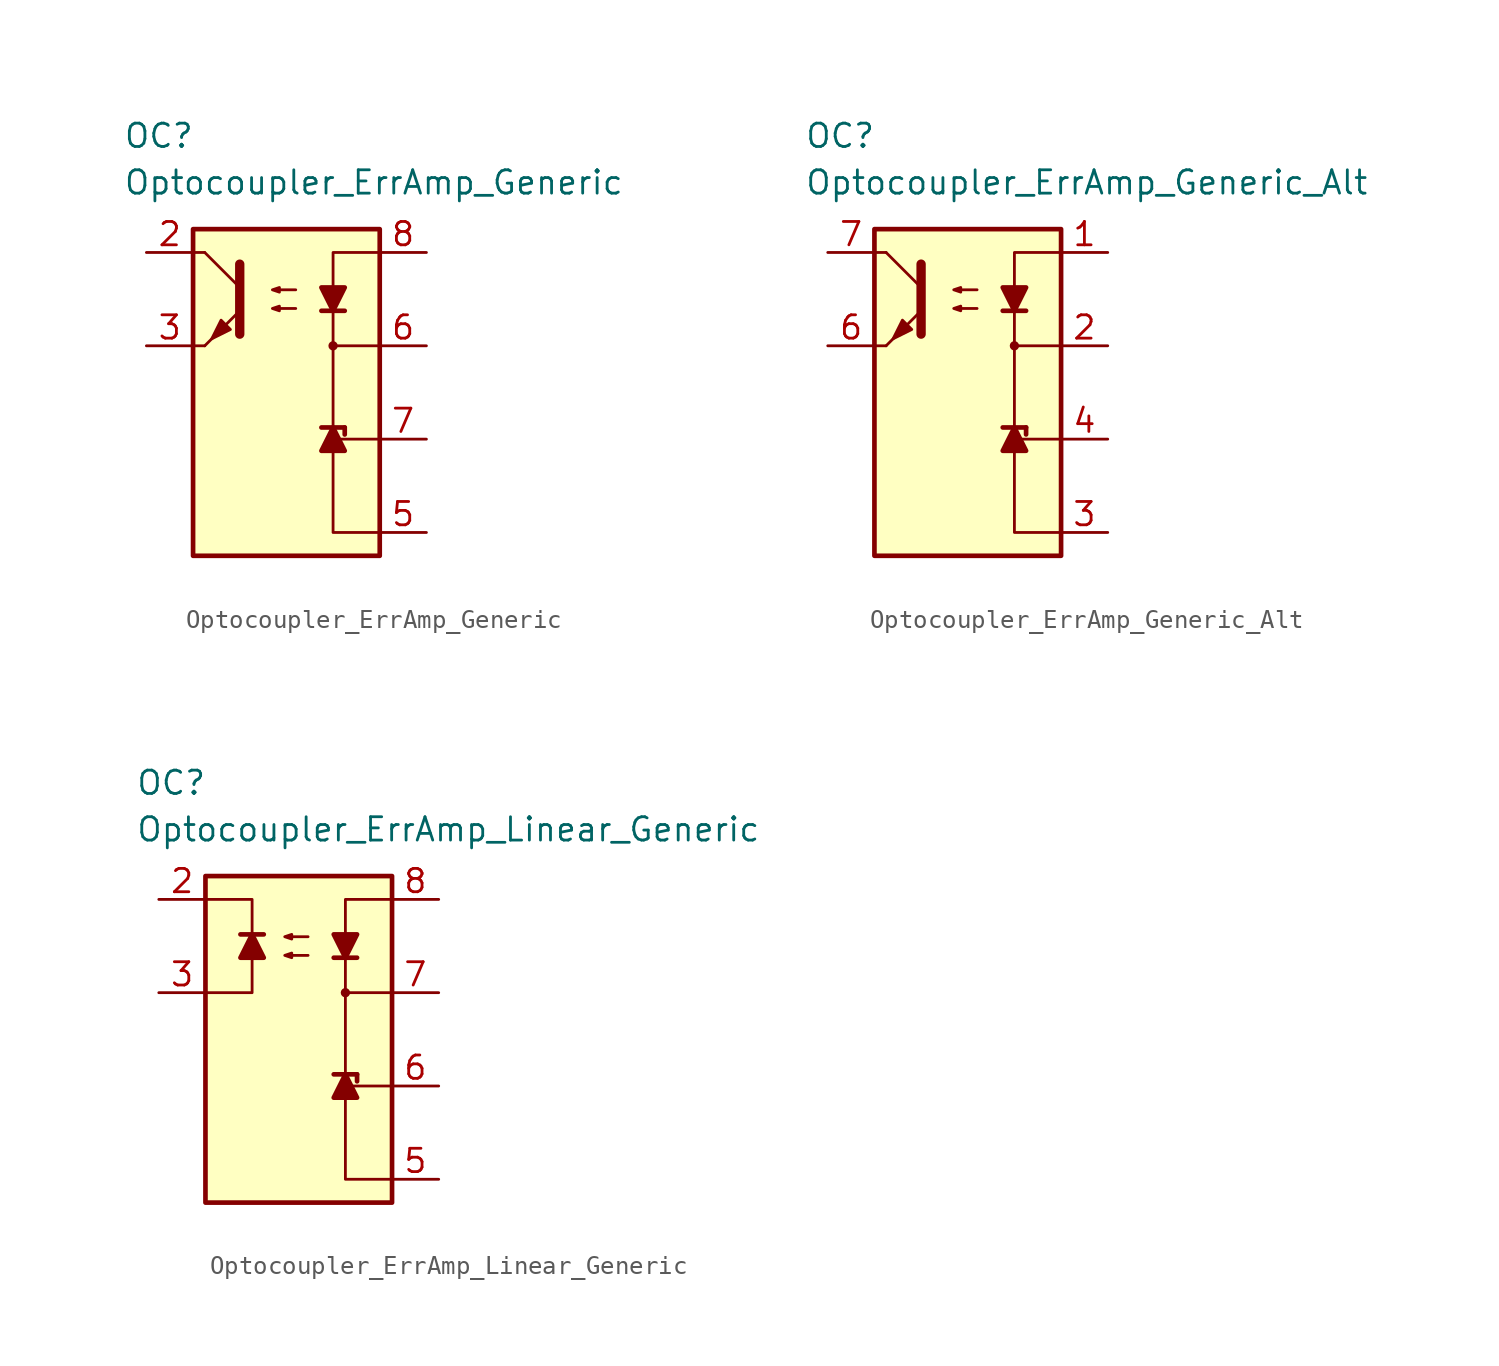
<source format=kicad_sym>
(kicad_symbol_lib
  (version 20211014)
  (generator kicad_symbol_editor)
  (symbol "Optocoupler_ErrAmp_Generic"
    (pin_names
      (offset 1.016))
    (property "Reference" "OC"
      (at -8.89 11.43 0)
      (effects (font (size 1.27 1.27)) (justify left)))
    (property "Value" "Optocoupler_ErrAmp_Generic"
      (at -8.89 8.89 0)
      (effects (font (size 1.27 1.27)) (justify left)))
    (symbol "Optocoupler_ErrAmp_Generic_0_0"
      (rectangle (start -5.08 6.35) (end 5.08 -11.43) (stroke (width 0.254) (type default) (color 0 0 0 0)) (fill (type background)))
      (polyline (pts (xy 2.54 -5.588) (xy 2.54 0)) (stroke (width 0) (type default) (color 0 0 0 0)) (fill (type none)))
      (polyline (pts (xy 3.175 -4.445) (xy 3.175 -4.826)) (stroke (width 0.254) (type default) (color 0 0 0 0)) (fill (type none)))
      (polyline (pts (xy 5.08 -5.08) (xy 2.54 -5.08)) (stroke (width 0) (type default) (color 0 0 0 0)) (fill (type none)))
      (polyline (pts (xy 5.08 -10.16) (xy 2.54 -10.16) (xy 2.54 -5.08)) (stroke (width 0) (type default) (color 0 0 0 0)) (fill (type none)))
      (circle (center 2.54 0) (radius 0.178) (stroke (width 0) (type default) (color 0 0 0 0)) (fill (type outline))))
    (symbol "Optocoupler_ErrAmp_Generic_0_1"
      (polyline (pts (xy -4.445 0) (xy -5.08 0)) (stroke (width 0) (type default) (color 0 0 0 0)) (fill (type none)))
      (polyline (pts (xy -4.445 0) (xy -2.54 1.905)) (stroke (width 0) (type default) (color 0 0 0 0)) (fill (type outline)))
      (polyline (pts (xy -4.445 5.08) (xy -5.08 5.08)) (stroke (width 0) (type default) (color 0 0 0 0)) (fill (type none)))
      (polyline (pts (xy -2.54 3.175) (xy -4.445 5.08)) (stroke (width 0) (type default) (color 0 0 0 0)) (fill (type none)))
      (polyline (pts (xy 3.175 1.905) (xy 1.905 1.905)) (stroke (width 0.254) (type default) (color 0 0 0 0)) (fill (type none)))
      (polyline (pts (xy -2.54 4.445) (xy -2.54 0.635) (xy -2.54 0.635)) (stroke (width 0.508) (type default) (color 0 0 0 0)) (fill (type none)))
      (polyline (pts (xy 2.54 1.905) (xy 2.54 0) (xy 5.08 0)) (stroke (width 0) (type default) (color 0 0 0 0)) (fill (type none)))
      (polyline (pts (xy 5.08 5.08) (xy 2.54 5.08) (xy 2.54 1.905)) (stroke (width 0) (type default) (color 0 0 0 0)) (fill (type none)))
      (polyline (pts (xy 2.54 1.905) (xy 3.175 3.175) (xy 1.905 3.175) (xy 2.54 1.905)) (stroke (width 0.254) (type default) (color 0 0 0 0)) (fill (type outline)))
      (polyline (pts (xy -3.048 0.889) (xy -3.556 1.397) (xy -4.064 0.381) (xy -3.048 0.889) (xy -3.048 0.889)) (stroke (width 0) (type default) (color 0 0 0 0)) (fill (type outline)))
      (polyline (pts (xy 0.508 2.032) (xy -0.762 2.032) (xy -0.381 1.905) (xy -0.381 2.159) (xy -0.762 2.032)) (stroke (width 0) (type default) (color 0 0 0 0)) (fill (type none)))
      (polyline (pts (xy 0.508 3.048) (xy -0.762 3.048) (xy -0.381 2.921) (xy -0.381 3.175) (xy -0.762 3.048)) (stroke (width 0) (type default) (color 0 0 0 0)) (fill (type none))))
    (symbol "Optocoupler_ErrAmp_Generic_1_1"
      (polyline (pts (xy 1.905 -4.445) (xy 3.175 -4.445)) (stroke (width 0.254) (type default) (color 0 0 0 0)) (fill (type none)))
      (polyline (pts (xy 2.54 -4.445) (xy 1.905 -5.715) (xy 3.175 -5.715) (xy 2.54 -4.445)) (stroke (width 0.254) (type default) (color 0 0 0 0)) (fill (type outline)))
      (pin no_connect line (at -1.27 -3.81 0) (length 2.54) hide (name "NC" (effects (font (size 1.27 1.27)))) (number "1" (effects (font (size 1.27 1.27)))))
      (pin passive line (at -7.62 5.08 0) (length 2.54) (name "~" (effects (font (size 1.27 1.27)))) (number "2" (effects (font (size 1.27 1.27)))))
      (pin passive line (at -7.62 0 0) (length 2.54) (name "~" (effects (font (size 1.27 1.27)))) (number "3" (effects (font (size 1.27 1.27)))))
      (pin no_connect line (at -1.27 -6.35 0) (length 2.54) hide (name "NC" (effects (font (size 1.27 1.27)))) (number "4" (effects (font (size 1.27 1.27)))))
      (pin passive line (at 7.62 -10.16 180) (length 2.54) (name "~" (effects (font (size 1.27 1.27)))) (number "5" (effects (font (size 1.27 1.27)))))
      (pin passive line (at 7.62 0 180) (length 2.54) (name "~" (effects (font (size 1.27 1.27)))) (number "6" (effects (font (size 1.27 1.27)))))
      (pin passive line (at 7.62 -5.08 180) (length 2.54) (name "~" (effects (font (size 1.27 1.27)))) (number "7" (effects (font (size 1.27 1.27)))))
      (pin passive line (at 7.62 5.08 180) (length 2.54) (name "~" (effects (font (size 1.27 1.27)))) (number "8" (effects (font (size 1.27 1.27)))))))
  (symbol "Optocoupler_ErrAmp_Generic_Alt"
    (pin_names
      (offset 1.016))
    (property "Reference" "OC"
      (at -8.89 11.43 0)
      (effects (font (size 1.27 1.27)) (justify left)))
    (property "Value" "Optocoupler_ErrAmp_Generic_Alt"
      (at -8.89 8.89 0)
      (effects (font (size 1.27 1.27)) (justify left)))
    (symbol "Optocoupler_ErrAmp_Generic_Alt_0_0"
      (rectangle (start -5.08 6.35) (end 5.08 -11.43) (stroke (width 0.254) (type default) (color 0 0 0 0)) (fill (type background)))
      (polyline (pts (xy 2.54 -5.588) (xy 2.54 0)) (stroke (width 0) (type default) (color 0 0 0 0)) (fill (type none)))
      (polyline (pts (xy 3.175 -4.445) (xy 3.175 -4.826)) (stroke (width 0.254) (type default) (color 0 0 0 0)) (fill (type none)))
      (polyline (pts (xy 5.08 -5.08) (xy 2.54 -5.08)) (stroke (width 0) (type default) (color 0 0 0 0)) (fill (type none)))
      (polyline (pts (xy 5.08 -10.16) (xy 2.54 -10.16) (xy 2.54 -5.08)) (stroke (width 0) (type default) (color 0 0 0 0)) (fill (type none)))
      (circle (center 2.54 0) (radius 0.178) (stroke (width 0) (type default) (color 0 0 0 0)) (fill (type outline))))
    (symbol "Optocoupler_ErrAmp_Generic_Alt_0_1"
      (polyline (pts (xy -4.445 0) (xy -5.08 0)) (stroke (width 0) (type default) (color 0 0 0 0)) (fill (type none)))
      (polyline (pts (xy -4.445 0) (xy -2.54 1.905)) (stroke (width 0) (type default) (color 0 0 0 0)) (fill (type outline)))
      (polyline (pts (xy -4.445 5.08) (xy -5.08 5.08)) (stroke (width 0) (type default) (color 0 0 0 0)) (fill (type none)))
      (polyline (pts (xy -2.54 3.175) (xy -4.445 5.08)) (stroke (width 0) (type default) (color 0 0 0 0)) (fill (type none)))
      (polyline (pts (xy 3.175 1.905) (xy 1.905 1.905)) (stroke (width 0.254) (type default) (color 0 0 0 0)) (fill (type none)))
      (polyline (pts (xy -2.54 4.445) (xy -2.54 0.635) (xy -2.54 0.635)) (stroke (width 0.508) (type default) (color 0 0 0 0)) (fill (type none)))
      (polyline (pts (xy 2.54 1.905) (xy 2.54 0) (xy 5.08 0)) (stroke (width 0) (type default) (color 0 0 0 0)) (fill (type none)))
      (polyline (pts (xy 5.08 5.08) (xy 2.54 5.08) (xy 2.54 1.905)) (stroke (width 0) (type default) (color 0 0 0 0)) (fill (type none)))
      (polyline (pts (xy 2.54 1.905) (xy 3.175 3.175) (xy 1.905 3.175) (xy 2.54 1.905)) (stroke (width 0.254) (type default) (color 0 0 0 0)) (fill (type outline)))
      (polyline (pts (xy -3.048 0.889) (xy -3.556 1.397) (xy -4.064 0.381) (xy -3.048 0.889) (xy -3.048 0.889)) (stroke (width 0) (type default) (color 0 0 0 0)) (fill (type outline)))
      (polyline (pts (xy 0.508 2.032) (xy -0.762 2.032) (xy -0.381 1.905) (xy -0.381 2.159) (xy -0.762 2.032)) (stroke (width 0) (type default) (color 0 0 0 0)) (fill (type none)))
      (polyline (pts (xy 0.508 3.048) (xy -0.762 3.048) (xy -0.381 2.921) (xy -0.381 3.175) (xy -0.762 3.048)) (stroke (width 0) (type default) (color 0 0 0 0)) (fill (type none))))
    (symbol "Optocoupler_ErrAmp_Generic_Alt_1_1"
      (polyline (pts (xy 1.905 -4.445) (xy 3.175 -4.445)) (stroke (width 0.254) (type default) (color 0 0 0 0)) (fill (type none)))
      (polyline (pts (xy 2.54 -4.445) (xy 1.905 -5.715) (xy 3.175 -5.715) (xy 2.54 -4.445)) (stroke (width 0.254) (type default) (color 0 0 0 0)) (fill (type outline)))
      (pin passive line (at 7.62 5.08 180) (length 2.54) (name "~" (effects (font (size 1.27 1.27)))) (number "1" (effects (font (size 1.27 1.27)))))
      (pin passive line (at 7.62 0 180) (length 2.54) (name "~" (effects (font (size 1.27 1.27)))) (number "2" (effects (font (size 1.27 1.27)))))
      (pin passive line (at 7.62 -10.16 180) (length 2.54) (name "~" (effects (font (size 1.27 1.27)))) (number "3" (effects (font (size 1.27 1.27)))))
      (pin passive line (at 7.62 -5.08 180) (length 2.54) (name "~" (effects (font (size 1.27 1.27)))) (number "4" (effects (font (size 1.27 1.27)))))
      (pin no_connect line (at -2.54 -3.81 0) (length 2.54) hide (name "NC" (effects (font (size 1.27 1.27)))) (number "5" (effects (font (size 1.27 1.27)))))
      (pin passive line (at -7.62 0 0) (length 2.54) (name "~" (effects (font (size 1.27 1.27)))) (number "6" (effects (font (size 1.27 1.27)))))
      (pin passive line (at -7.62 5.08 0) (length 2.54) (name "~" (effects (font (size 1.27 1.27)))) (number "7" (effects (font (size 1.27 1.27)))))
      (pin no_connect line (at -2.54 -6.35 0) (length 2.54) hide (name "NC" (effects (font (size 1.27 1.27)))) (number "8" (effects (font (size 1.27 1.27)))))))
  (symbol "Optocoupler_ErrAmp_Linear_Generic"
    (pin_names
      (offset 1.016))
    (property "Reference" "OC"
      (at -8.89 11.43 0)
      (effects (font (size 1.27 1.27)) (justify left)))
    (property "Value" "Optocoupler_ErrAmp_Linear_Generic"
      (at -8.89 8.89 0)
      (effects (font (size 1.27 1.27)) (justify left)))
    (symbol "Optocoupler_ErrAmp_Linear_Generic_0_0"
      (rectangle (start -5.08 6.35) (end 5.08 -11.43) (stroke (width 0.254) (type default) (color 0 0 0 0)) (fill (type background)))
      (polyline (pts (xy 2.54 -5.588) (xy 2.54 0)) (stroke (width 0) (type default) (color 0 0 0 0)) (fill (type none)))
      (polyline (pts (xy 3.175 -4.445) (xy 3.175 -4.826)) (stroke (width 0.254) (type default) (color 0 0 0 0)) (fill (type none)))
      (polyline (pts (xy 5.08 -5.08) (xy 2.54 -5.08)) (stroke (width 0) (type default) (color 0 0 0 0)) (fill (type none)))
      (polyline (pts (xy 5.08 -10.16) (xy 2.54 -10.16) (xy 2.54 -5.08)) (stroke (width 0) (type default) (color 0 0 0 0)) (fill (type none)))
      (circle (center 2.54 0) (radius 0.178) (stroke (width 0) (type default) (color 0 0 0 0)) (fill (type outline))))
    (symbol "Optocoupler_ErrAmp_Linear_Generic_0_1"
      (polyline (pts (xy 3.175 1.905) (xy 1.905 1.905)) (stroke (width 0.254) (type default) (color 0 0 0 0)) (fill (type none)))
      (polyline (pts (xy 2.54 1.905) (xy 2.54 0) (xy 5.08 0)) (stroke (width 0) (type default) (color 0 0 0 0)) (fill (type none)))
      (polyline (pts (xy 5.08 5.08) (xy 2.54 5.08) (xy 2.54 1.905)) (stroke (width 0) (type default) (color 0 0 0 0)) (fill (type none)))
      (polyline (pts (xy 2.54 1.905) (xy 3.175 3.175) (xy 1.905 3.175) (xy 2.54 1.905)) (stroke (width 0.254) (type default) (color 0 0 0 0)) (fill (type outline)))
      (polyline (pts (xy 0.508 2.032) (xy -0.762 2.032) (xy -0.381 1.905) (xy -0.381 2.159) (xy -0.762 2.032)) (stroke (width 0) (type default) (color 0 0 0 0)) (fill (type none)))
      (polyline (pts (xy 0.508 3.048) (xy -0.762 3.048) (xy -0.381 2.921) (xy -0.381 3.175) (xy -0.762 3.048)) (stroke (width 0) (type default) (color 0 0 0 0)) (fill (type none))))
    (symbol "Optocoupler_ErrAmp_Linear_Generic_1_1"
      (polyline (pts (xy -3.175 3.175) (xy -1.905 3.175)) (stroke (width 0.254) (type default) (color 0 0 0 0)) (fill (type none)))
      (polyline (pts (xy 1.905 -4.445) (xy 3.175 -4.445)) (stroke (width 0.254) (type default) (color 0 0 0 0)) (fill (type none)))
      (polyline (pts (xy -5.08 0) (xy -2.54 0) (xy -2.54 3.175)) (stroke (width 0) (type default) (color 0 0 0 0)) (fill (type none)))
      (polyline (pts (xy -2.54 3.175) (xy -2.54 5.08) (xy -5.08 5.08)) (stroke (width 0) (type default) (color 0 0 0 0)) (fill (type none)))
      (polyline (pts (xy -2.54 3.175) (xy -3.175 1.905) (xy -1.905 1.905) (xy -2.54 3.175)) (stroke (width 0.254) (type default) (color 0 0 0 0)) (fill (type outline)))
      (polyline (pts (xy 2.54 -4.445) (xy 1.905 -5.715) (xy 3.175 -5.715) (xy 2.54 -4.445)) (stroke (width 0.254) (type default) (color 0 0 0 0)) (fill (type outline)))
      (pin no_connect line (at -3.81 -3.81 0) (length 2.54) hide (name "NC" (effects (font (size 1.27 1.27)))) (number "1" (effects (font (size 1.27 1.27)))))
      (pin passive line (at -7.62 5.08 0) (length 2.54) (name "~" (effects (font (size 1.27 1.27)))) (number "2" (effects (font (size 1.27 1.27)))))
      (pin passive line (at -7.62 0 0) (length 2.54) (name "~" (effects (font (size 1.27 1.27)))) (number "3" (effects (font (size 1.27 1.27)))))
      (pin no_connect line (at -3.81 -6.35 0) (length 2.54) hide (name "NC" (effects (font (size 1.27 1.27)))) (number "4" (effects (font (size 1.27 1.27)))))
      (pin passive line (at 7.62 -10.16 180) (length 2.54) (name "~" (effects (font (size 1.27 1.27)))) (number "5" (effects (font (size 1.27 1.27)))))
      (pin passive line (at 7.62 -5.08 180) (length 2.54) (name "~" (effects (font (size 1.27 1.27)))) (number "6" (effects (font (size 1.27 1.27)))))
      (pin passive line (at 7.62 0 180) (length 2.54) (name "~" (effects (font (size 1.27 1.27)))) (number "7" (effects (font (size 1.27 1.27)))))
      (pin passive line (at 7.62 5.08 180) (length 2.54) (name "~" (effects (font (size 1.27 1.27)))) (number "8" (effects (font (size 1.27 1.27))))))))
</source>
